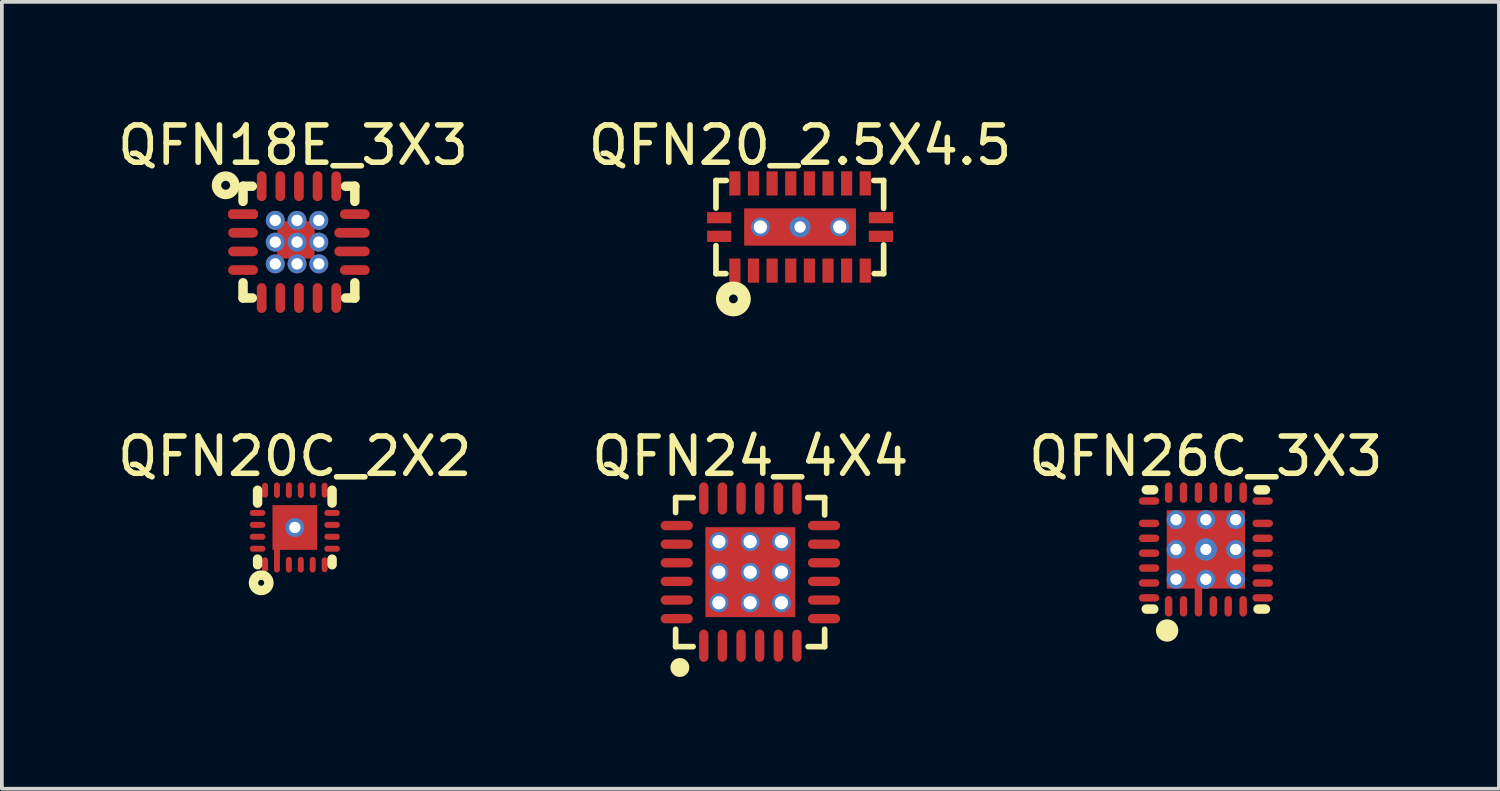
<source format=kicad_pcb>
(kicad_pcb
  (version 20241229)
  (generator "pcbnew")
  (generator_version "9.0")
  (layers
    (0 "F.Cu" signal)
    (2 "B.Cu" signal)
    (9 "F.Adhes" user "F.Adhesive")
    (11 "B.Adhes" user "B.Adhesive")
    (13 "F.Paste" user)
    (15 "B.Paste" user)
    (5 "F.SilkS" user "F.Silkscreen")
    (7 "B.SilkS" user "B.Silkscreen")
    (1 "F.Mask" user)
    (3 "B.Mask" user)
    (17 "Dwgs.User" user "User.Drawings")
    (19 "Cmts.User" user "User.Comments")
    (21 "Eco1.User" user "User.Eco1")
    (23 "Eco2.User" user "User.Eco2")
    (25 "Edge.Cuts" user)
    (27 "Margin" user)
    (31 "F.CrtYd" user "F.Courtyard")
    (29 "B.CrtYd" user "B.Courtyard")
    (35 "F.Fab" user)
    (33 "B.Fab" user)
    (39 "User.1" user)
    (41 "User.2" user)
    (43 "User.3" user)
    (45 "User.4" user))
  (footprint "QFN20_2.5X4.5"
    (layer "F.Cu")
    (at 18.423 3.043)
    (property "Reference" "QFN20_2.5X4.5" (at 0 -2.195 0) (layer "F.SilkS") (effects (font (size 1 1) (thickness 0.15))))
    (fp_line (start -2.257 -1.249) (end -1.98 -1.249) (stroke (width 0.152) (type solid)) (layer "F.SilkS"))
    (fp_line (start -2.257 -0.51) (end -2.257 -1.249) (stroke (width 0.152) (type solid)) (layer "F.SilkS"))
    (fp_line (start -2.257 1.251) (end -2.257 0.5) (stroke (width 0.152) (type solid)) (layer "F.SilkS"))
    (fp_line (start -2.257 1.251) (end -1.99 1.251) (stroke (width 0.152) (type solid)) (layer "F.SilkS"))
    (fp_line (start 1.98 -1.249) (end 2.243 -1.249) (stroke (width 0.152) (type solid)) (layer "F.SilkS"))
    (fp_line (start 1.99 1.251) (end 2.243 1.251) (stroke (width 0.152) (type solid)) (layer "F.SilkS"))
    (fp_line (start 2.243 -0.5) (end 2.243 -1.249) (stroke (width 0.152) (type solid)) (layer "F.SilkS"))
    (fp_line (start 2.243 1.251) (end 2.243 0.48) (stroke (width 0.152) (type solid)) (layer "F.SilkS"))
    (fp_circle (center -1.79 1.93) (end -1.79 1.812) (stroke (width 0.35) (type solid)) (fill no) (layer "F.SilkS"))
    (pad "0" thru_hole circle (at -1.064 0) (size 0.508 0.508) (drill 0.356) (layers "*.Cu"))
    (pad "0" thru_hole circle (at 0 0 270) (size 0.559 0.559) (drill 0.305) (layers "*.Cu" "*.Mask"))
    (pad "0" smd rect (at 0 0 270) (size 1 3) (layers "F.Cu" "F.Mask" "F.Paste"))
    (pad "0" thru_hole circle (at 1.064 0) (size 0.508 0.508) (drill 0.356) (layers "*.Cu"))
    (pad "1" smd rect (at -1.75 1.17) (size 0.3 0.65) (layers "F.Cu" "F.Mask" "F.Paste"))
    (pad "2" smd rect (at -1.25 1.17) (size 0.3 0.65) (layers "F.Cu" "F.Mask" "F.Paste"))
    (pad "3" smd rect (at -0.75 1.17) (size 0.3 0.65) (layers "F.Cu" "F.Mask" "F.Paste"))
    (pad "4" smd rect (at -0.25 1.17) (size 0.3 0.65) (layers "F.Cu" "F.Mask" "F.Paste"))
    (pad "5" smd rect (at 0.25 1.17) (size 0.3 0.65) (layers "F.Cu" "F.Mask" "F.Paste"))
    (pad "6" smd rect (at 0.75 1.17) (size 0.3 0.65) (layers "F.Cu" "F.Mask" "F.Paste"))
    (pad "7" smd rect (at 1.25 1.17) (size 0.3 0.65) (layers "F.Cu" "F.Mask" "F.Paste"))
    (pad "8" smd rect (at 1.75 1.17) (size 0.3 0.65) (layers "F.Cu" "F.Mask" "F.Paste"))
    (pad "9" smd rect (at 2.17 0.25 270) (size 0.3 0.65) (layers "F.Cu" "F.Mask" "F.Paste"))
    (pad "10" smd rect (at 2.17 -0.25 270) (size 0.3 0.65) (layers "F.Cu" "F.Mask" "F.Paste"))
    (pad "11" smd rect (at 1.75 -1.17) (size 0.3 0.65) (layers "F.Cu" "F.Mask" "F.Paste"))
    (pad "12" smd rect (at 1.25 -1.17) (size 0.3 0.65) (layers "F.Cu" "F.Mask" "F.Paste"))
    (pad "13" smd rect (at 0.75 -1.17) (size 0.3 0.65) (layers "F.Cu" "F.Mask" "F.Paste"))
    (pad "14" smd rect (at 0.25 -1.17) (size 0.3 0.65) (layers "F.Cu" "F.Mask" "F.Paste"))
    (pad "15" smd rect (at -0.25 -1.17) (size 0.3 0.65) (layers "F.Cu" "F.Mask" "F.Paste"))
    (pad "16" smd rect (at -0.75 -1.17) (size 0.3 0.65) (layers "F.Cu" "F.Mask" "F.Paste"))
    (pad "17" smd rect (at -1.25 -1.17) (size 0.3 0.65) (layers "F.Cu" "F.Mask" "F.Paste"))
    (pad "18" smd rect (at -1.75 -1.17) (size 0.3 0.65) (layers "F.Cu" "F.Mask" "F.Paste"))
    (pad "19" smd rect (at -2.17 -0.25 270) (size 0.3 0.65) (layers "F.Cu" "F.Mask" "F.Paste"))
    (pad "20" smd rect (at -2.17 0.25 270) (size 0.3 0.65) (layers "F.Cu" "F.Mask" "F.Paste")))
  (footprint "QFN20C_2X2"
    (layer "F.Cu")
    (at 4.863 11.107)
    (property "Reference" "QFN20C_2X2" (at 0 -1.91 0) (layer "F.SilkS") (effects (font (size 1 1) (thickness 0.15))))
    (fp_rect (start -0.611 0.881) (end -0.349 0.463) (stroke (width 0) (type default)) (fill yes) (layer "F.Mask"))
    (fp_line (start -1 -0.655) (end -1 -1) (stroke (width 0.254) (type solid)) (layer "F.SilkS"))
    (fp_line (start -1 1) (end -1 0.85) (stroke (width 0.254) (type solid)) (layer "F.SilkS"))
    (fp_line (start 1 -0.655) (end 1 -1) (stroke (width 0.254) (type solid)) (layer "F.SilkS"))
    (fp_line (start 1 1) (end 1 0.85) (stroke (width 0.254) (type solid)) (layer "F.SilkS"))
    (fp_circle (center -0.903 1.485) (end -0.903 1.405) (stroke (width 0.254) (type solid)) (fill no) (layer "F.SilkS"))
    (pad "0" smd rect (at -0.48 0.672) (size 0.16 0.418) (layers "F.Cu"))
    (pad "0" thru_hole circle (at 0 0) (size 0.508 0.508) (drill 0.305) (layers "*.Cu" "*.Mask"))
    (pad "0" smd rect (at 0 0) (size 1.2 1.2) (layers "F.Cu" "F.Mask" "F.Paste"))
    (pad "1" smd oval (at -0.8 1) (size 0.16 0.4) (layers "F.Cu" "F.Mask" "F.Paste"))
    (pad "2" smd oval (at -0.48 1) (size 0.16 0.42) (layers "F.Cu" "F.Mask" "F.Paste"))
    (pad "3" smd oval (at -0.16 1) (size 0.16 0.42) (layers "F.Cu" "F.Mask" "F.Paste"))
    (pad "4" smd oval (at 0.16 1) (size 0.16 0.42) (layers "F.Cu" "F.Mask" "F.Paste"))
    (pad "5" smd oval (at 0.48 1) (size 0.16 0.42) (layers "F.Cu" "F.Mask" "F.Paste"))
    (pad "6" smd oval (at 0.8 1) (size 0.16 0.4) (layers "F.Cu" "F.Mask" "F.Paste"))
    (pad "7" smd oval (at 1 0.57 90) (size 0.16 0.42) (layers "F.Cu" "F.Mask" "F.Paste"))
    (pad "8" smd oval (at 1 0.25 90) (size 0.16 0.42) (layers "F.Cu" "F.Mask" "F.Paste"))
    (pad "9" smd oval (at 1 -0.07 90) (size 0.16 0.42) (layers "F.Cu" "F.Mask" "F.Paste"))
    (pad "10" smd oval (at 1 -0.39 90) (size 0.16 0.42) (layers "F.Cu" "F.Mask" "F.Paste"))
    (pad "11" smd oval (at 0.8 -1) (size 0.16 0.4) (layers "F.Cu" "F.Mask" "F.Paste"))
    (pad "12" smd oval (at 0.48 -1) (size 0.16 0.42) (layers "F.Cu" "F.Mask" "F.Paste"))
    (pad "13" smd oval (at 0.16 -1) (size 0.16 0.42) (layers "F.Cu" "F.Mask" "F.Paste"))
    (pad "14" smd oval (at -0.16 -1) (size 0.16 0.42) (layers "F.Cu" "F.Mask" "F.Paste"))
    (pad "15" smd oval (at -0.48 -1) (size 0.16 0.42) (layers "F.Cu" "F.Mask" "F.Paste"))
    (pad "16" smd oval (at -0.8 -1) (size 0.16 0.4) (layers "F.Cu" "F.Mask" "F.Paste"))
    (pad "17" smd oval (at -1 -0.39 90) (size 0.16 0.42) (layers "F.Cu" "F.Mask" "F.Paste"))
    (pad "18" smd oval (at -1 -0.07 90) (size 0.16 0.42) (layers "F.Cu" "F.Mask" "F.Paste"))
    (pad "19" smd oval (at -1 0.25 90) (size 0.16 0.42) (layers "F.Cu" "F.Mask" "F.Paste"))
    (pad "20" smd oval (at -1 0.57 90) (size 0.16 0.42) (layers "F.Cu" "F.Mask" "F.Paste")))
  (footprint "QFN24_4X4"
    (layer "F.Cu")
    (at 17.089 12.305)
    (property "Reference" "QFN24_4X4" (at 0 -3.108 0) (layer "F.SilkS") (effects (font (size 1 1) (thickness 0.15))))
    (fp_line (start -2.006 -2) (end -1.536 -2) (stroke (width 0.152) (type solid)) (layer "F.SilkS"))
    (fp_line (start -2.006 -1.6) (end -2.006 -2) (stroke (width 0.152) (type solid)) (layer "F.SilkS"))
    (fp_line (start -2.006 2) (end -2.006 1.535) (stroke (width 0.152) (type solid)) (layer "F.SilkS"))
    (fp_line (start -2.006 2) (end -1.537 2) (stroke (width 0.152) (type solid)) (layer "F.SilkS"))
    (fp_line (start 1.541 -2) (end 1.994 -2) (stroke (width 0.152) (type solid)) (layer "F.SilkS"))
    (fp_line (start 1.551 2) (end 1.994 2) (stroke (width 0.152) (type solid)) (layer "F.SilkS"))
    (fp_line (start 1.994 -1.534) (end 1.994 -2) (stroke (width 0.152) (type solid)) (layer "F.SilkS"))
    (fp_line (start 1.994 2) (end 1.994 1.535) (stroke (width 0.152) (type solid)) (layer "F.SilkS"))
    (fp_circle (center -1.892 2.56) (end -1.892 2.433) (stroke (width 0.254) (type solid)) (fill no) (layer "F.SilkS"))
    (pad "0" thru_hole circle (at -0.844 -0.818) (size 0.508 0.508) (drill 0.356) (layers "*.Cu" "*.Mask"))
    (pad "0" thru_hole circle (at -0.844 0.003) (size 0.508 0.508) (drill 0.356) (layers "*.Cu"))
    (pad "0" thru_hole circle (at -0.844 0.823) (size 0.508 0.508) (drill 0.356) (layers "*.Cu" "*.Mask"))
    (pad "0" thru_hole circle (at -0.005 -0.818) (size 0.508 0.508) (drill 0.356) (layers "*.Cu"))
    (pad "0" thru_hole circle (at -0.005 0.003) (size 0.508 0.508) (drill 0.356) (layers "*.Cu" "*.Mask"))
    (pad "0" thru_hole circle (at -0.005 0.823) (size 0.508 0.508) (drill 0.356) (layers "*.Cu"))
    (pad "0" smd rect (at 0 0 90) (size 2.413 2.413) (layers "F.Cu" "F.Mask" "F.Paste"))
    (pad "0" thru_hole circle (at 0.833 -0.818) (size 0.508 0.508) (drill 0.356) (layers "*.Cu" "*.Mask"))
    (pad "0" thru_hole circle (at 0.833 0.003) (size 0.508 0.508) (drill 0.356) (layers "*.Cu"))
    (pad "0" thru_hole circle (at 0.833 0.823) (size 0.508 0.508) (drill 0.356) (layers "*.Cu" "*.Mask"))
    (pad "1" smd oval (at -1.25 1.976) (size 0.25 0.864) (layers "F.Cu" "F.Mask" "F.Paste"))
    (pad "2" smd oval (at -0.75 1.976) (size 0.25 0.864) (layers "F.Cu" "F.Mask" "F.Paste"))
    (pad "3" smd oval (at -0.25 1.976) (size 0.25 0.864) (layers "F.Cu" "F.Mask" "F.Paste"))
    (pad "4" smd oval (at 0.25 1.976) (size 0.25 0.864) (layers "F.Cu" "F.Mask" "F.Paste"))
    (pad "5" smd oval (at 0.75 1.976) (size 0.25 0.864) (layers "F.Cu" "F.Mask" "F.Paste"))
    (pad "6" smd oval (at 1.25 1.976) (size 0.25 0.864) (layers "F.Cu" "F.Mask" "F.Paste"))
    (pad "7" smd oval (at 1.976 1.25 90) (size 0.25 0.864) (layers "F.Cu" "F.Mask" "F.Paste"))
    (pad "8" smd oval (at 1.976 0.75 90) (size 0.25 0.864) (layers "F.Cu" "F.Mask" "F.Paste"))
    (pad "9" smd oval (at 1.976 0.25 90) (size 0.25 0.864) (layers "F.Cu" "F.Mask" "F.Paste"))
    (pad "10" smd oval (at 1.976 -0.25 90) (size 0.25 0.864) (layers "F.Cu" "F.Mask" "F.Paste"))
    (pad "11" smd oval (at 1.976 -0.75 90) (size 0.25 0.864) (layers "F.Cu" "F.Mask" "F.Paste"))
    (pad "12" smd oval (at 1.976 -1.25 90) (size 0.25 0.864) (layers "F.Cu" "F.Mask" "F.Paste"))
    (pad "13" smd oval (at 1.25 -1.976) (size 0.25 0.864) (layers "F.Cu" "F.Mask" "F.Paste"))
    (pad "14" smd oval (at 0.75 -1.976) (size 0.25 0.864) (layers "F.Cu" "F.Mask" "F.Paste"))
    (pad "15" smd oval (at 0.25 -1.976) (size 0.25 0.864) (layers "F.Cu" "F.Mask" "F.Paste"))
    (pad "16" smd oval (at -0.25 -1.976) (size 0.25 0.864) (layers "F.Cu" "F.Mask" "F.Paste"))
    (pad "17" smd oval (at -0.75 -1.976) (size 0.25 0.864) (layers "F.Cu" "F.Mask" "F.Paste"))
    (pad "18" smd oval (at -1.25 -1.976) (size 0.25 0.864) (layers "F.Cu" "F.Mask" "F.Paste"))
    (pad "19" smd oval (at -1.976 -1.25 90) (size 0.25 0.864) (layers "F.Cu" "F.Mask" "F.Paste"))
    (pad "20" smd oval (at -1.976 -0.75 90) (size 0.25 0.864) (layers "F.Cu" "F.Mask" "F.Paste"))
    (pad "21" smd oval (at -1.976 -0.25 90) (size 0.25 0.864) (layers "F.Cu" "F.Mask" "F.Paste"))
    (pad "22" smd oval (at -1.976 0.25 90) (size 0.25 0.864) (layers "F.Cu" "F.Mask" "F.Paste"))
    (pad "23" smd oval (at -1.976 0.75 90) (size 0.25 0.864) (layers "F.Cu" "F.Mask" "F.Paste"))
    (pad "24" smd oval (at -1.976 1.25 90) (size 0.25 0.864) (layers "F.Cu" "F.Mask" "F.Paste")))
  (footprint "QFN26C_3X3"
    (layer "F.Cu")
    (at 29.315 11.697)
    (property "Reference" "QFN26C_3X3" (at 0 -2.5 0) (layer "F.SilkS") (effects (font (size 1 1) (thickness 0.15))))
    (fp_line (start -1.6 -1.6) (end -1.4 -1.6) (stroke (width 0.254) (type solid)) (layer "F.SilkS"))
    (fp_line (start -1.6 1.6) (end -1.4 1.6) (stroke (width 0.254) (type solid)) (layer "F.SilkS"))
    (fp_line (start 1.4 -1.6) (end 1.6 -1.6) (stroke (width 0.254) (type solid)) (layer "F.SilkS"))
    (fp_line (start 1.4 1.6) (end 1.6 1.6) (stroke (width 0.254) (type solid)) (layer "F.SilkS"))
    (fp_circle (center -1.04 2.175) (end -1.04 2.025) (stroke (width 0.3) (type solid)) (fill no) (layer "F.SilkS"))
    (fp_line (start -1.5 -1.5) (end 1.5 -1.5) (stroke (width 0.15) (type solid)) (layer "Eco2.User"))
    (fp_line (start -1.5 1.5) (end -1.5 -1.5) (stroke (width 0.15) (type solid)) (layer "Eco2.User"))
    (fp_line (start -1.5 1.5) (end 1.5 1.5) (stroke (width 0.15) (type solid)) (layer "Eco2.User"))
    (fp_line (start 1.5 1.5) (end 1.5 -1.5) (stroke (width 0.15) (type solid)) (layer "Eco2.User"))
    (pad "0" thru_hole circle (at -0.8 -0.8) (size 0.508 0.508) (drill 0.305) (layers "*.Cu"))
    (pad "0" thru_hole circle (at -0.8 0) (size 0.508 0.508) (drill 0.305) (layers "*.Cu"))
    (pad "0" thru_hole circle (at -0.8 0.8) (size 0.508 0.508) (drill 0.305) (layers "*.Cu"))
    (pad "0" thru_hole circle (at 0 -0.8) (size 0.508 0.508) (drill 0.305) (layers "*.Cu"))
    (pad "0" thru_hole circle (at 0 0 90) (size 0.6 0.6) (drill 0.3) (layers "*.Cu" "*.Mask"))
    (pad "0" smd rect (at 0 0 90) (size 2.1 2.1) (layers "F.Cu" "F.Mask" "F.Paste"))
    (pad "0" thru_hole circle (at 0 0.8) (size 0.508 0.508) (drill 0.305) (layers "*.Cu"))
    (pad "0" thru_hole circle (at 0.8 -0.8) (size 0.508 0.508) (drill 0.305) (layers "*.Cu"))
    (pad "0" thru_hole circle (at 0.8 0) (size 0.508 0.508) (drill 0.305) (layers "*.Cu"))
    (pad "0" thru_hole circle (at 0.8 0.8) (size 0.508 0.508) (drill 0.305) (layers "*.Cu"))
    (pad "1" smd oval (at -1 1.525 180) (size 0.2 0.55) (layers "F.Cu" "F.Mask" "F.Paste"))
    (pad "2" smd oval (at -0.6 1.525 180) (size 0.2 0.55) (layers "F.Cu" "F.Mask" "F.Paste"))
    (pad "3" smd oval (at -0.2 1.3 180) (size 0.2 1) (layers "F.Cu" "F.Mask" "F.Paste"))
    (pad "4" smd oval (at 0.2 1.525 180) (size 0.2 0.55) (layers "F.Cu" "F.Mask" "F.Paste"))
    (pad "5" smd oval (at 0.6 1.525 180) (size 0.2 0.55) (layers "F.Cu" "F.Mask" "F.Paste"))
    (pad "6" smd oval (at 1 1.525 180) (size 0.2 0.55) (layers "F.Cu" "F.Mask" "F.Paste"))
    (pad "7" smd oval (at 1.525 1.3 90) (size 0.2 0.55) (layers "F.Cu" "F.Mask" "F.Paste"))
    (pad "8" smd oval (at 1.525 0.9 90) (size 0.2 0.55) (layers "F.Cu" "F.Mask" "F.Paste"))
    (pad "9" smd oval (at 1.525 0.5 90) (size 0.2 0.55) (layers "F.Cu" "F.Mask" "F.Paste"))
    (pad "10" smd oval (at 1.525 0.1 90) (size 0.2 0.55) (layers "F.Cu" "F.Mask" "F.Paste"))
    (pad "11" smd oval (at 1.525 -0.3 90) (size 0.2 0.55) (layers "F.Cu" "F.Mask" "F.Paste"))
    (pad "12" smd oval (at 1.525 -0.7 90) (size 0.2 0.55) (layers "F.Cu" "F.Mask" "F.Paste"))
    (pad "13" smd oval (at 1.525 -1.3 90) (size 0.2 0.55) (layers "F.Cu" "F.Mask" "F.Paste"))
    (pad "14" smd oval (at 1 -1.525) (size 0.2 0.55) (layers "F.Cu" "F.Mask" "F.Paste"))
    (pad "15" smd oval (at 0.6 -1.525) (size 0.2 0.55) (layers "F.Cu" "F.Mask" "F.Paste"))
    (pad "16" smd oval (at 0.2 -1.525) (size 0.2 0.55) (layers "F.Cu" "F.Mask" "F.Paste"))
    (pad "17" smd oval (at -0.2 -1.525) (size 0.2 0.55) (layers "F.Cu" "F.Mask" "F.Paste"))
    (pad "18" smd oval (at -0.6 -1.525) (size 0.2 0.55) (layers "F.Cu" "F.Mask" "F.Paste"))
    (pad "19" smd oval (at -1 -1.525) (size 0.2 0.55) (layers "F.Cu" "F.Mask" "F.Paste"))
    (pad "20" smd oval (at -1.525 -1.3 90) (size 0.2 0.55) (layers "F.Cu" "F.Mask" "F.Paste"))
    (pad "21" smd oval (at -1.525 -0.7 90) (size 0.2 0.55) (layers "F.Cu" "F.Mask" "F.Paste"))
    (pad "22" smd oval (at -1.525 -0.3 90) (size 0.2 0.55) (layers "F.Cu" "F.Mask" "F.Paste"))
    (pad "23" smd oval (at -1.525 0.1 90) (size 0.2 0.55) (layers "F.Cu" "F.Mask" "F.Paste"))
    (pad "24" smd oval (at -1.525 0.5 90) (size 0.2 0.55) (layers "F.Cu" "F.Mask" "F.Paste"))
    (pad "25" smd oval (at -1.525 0.9 90) (size 0.2 0.55) (layers "F.Cu" "F.Mask" "F.Paste"))
    (pad "26" smd oval (at -1.525 1.3 90) (size 0.2 0.55) (layers "F.Cu" "F.Mask" "F.Paste")))
  (footprint "QFN18E_3X3"
    (layer "F.Cu")
    (at 4.973 3.448)
    (property "Reference" "QFN18E_3X3" (at -0.157 -2.6 0) (layer "F.SilkS") (effects (font (size 1 1) (thickness 0.15))))
    (fp_line (start -1.5 -1.5) (end -1.251 -1.5) (stroke (width 0.254) (type solid)) (layer "F.SilkS"))
    (fp_line (start -1.5 -1.092) (end -1.5 -1.5) (stroke (width 0.254) (type solid)) (layer "F.SilkS"))
    (fp_line (start -1.5 1.5) (end -1.5 1.092) (stroke (width 0.254) (type solid)) (layer "F.SilkS"))
    (fp_line (start -1.5 1.5) (end -1.251 1.5) (stroke (width 0.254) (type solid)) (layer "F.SilkS"))
    (fp_line (start 1.251 -1.5) (end 1.5 -1.5) (stroke (width 0.254) (type solid)) (layer "F.SilkS"))
    (fp_line (start 1.251 1.5) (end 1.5 1.5) (stroke (width 0.254) (type solid)) (layer "F.SilkS"))
    (fp_line (start 1.5 -1.092) (end 1.5 -1.5) (stroke (width 0.254) (type solid)) (layer "F.SilkS"))
    (fp_line (start 1.5 1.5) (end 1.5 1.092) (stroke (width 0.254) (type solid)) (layer "F.SilkS"))
    (fp_circle (center -1.966 -1.525) (end -1.966 -1.645) (stroke (width 0.254) (type solid)) (fill no) (layer "F.SilkS"))
    (pad "0" thru_hole circle (at -0.635 -0.584) (size 0.508 0.508) (drill 0.305) (layers "*.Cu"))
    (pad "0" thru_hole circle (at -0.635 0) (size 0.508 0.508) (drill 0.305) (layers "*.Cu"))
    (pad "0" thru_hole circle (at -0.635 0.584) (size 0.508 0.508) (drill 0.305) (layers "*.Cu"))
    (pad "0" smd rect (at -0.08 -0.06 270) (size 1 1) (layers "F.Cu" "F.Mask" "F.Paste"))
    (pad "0" thru_hole circle (at -0.051 -0.584) (size 0.508 0.508) (drill 0.305) (layers "*.Cu"))
    (pad "0" thru_hole circle (at -0.051 0) (size 0.508 0.508) (drill 0.305) (layers "*.Cu" "*.Mask"))
    (pad "0" thru_hole circle (at -0.051 0.584) (size 0.508 0.508) (drill 0.305) (layers "*.Cu"))
    (pad "0" thru_hole circle (at 0.533 -0.584) (size 0.508 0.508) (drill 0.305) (layers "*.Cu"))
    (pad "0" thru_hole circle (at 0.533 0) (size 0.508 0.508) (drill 0.305) (layers "*.Cu"))
    (pad "0" thru_hole circle (at 0.533 0.584) (size 0.508 0.508) (drill 0.305) (layers "*.Cu"))
    (pad "1" smd roundrect (at -1.5 -0.75 270) (size 0.26 0.8) (layers "F.Cu" "F.Mask" "F.Paste") (roundrect_rratio 0.25) (chamfer_ratio 0.25) (chamfer top_left top_right bottom_left bottom_right))
    (pad "2" smd oval (at -1.5 -0.25 270) (size 0.26 0.8) (layers "F.Cu" "F.Mask" "F.Paste"))
    (pad "3" smd oval (at -1.5 0.25 270) (size 0.26 0.8) (layers "F.Cu" "F.Mask" "F.Paste"))
    (pad "4" smd oval (at -1.5 0.75 270) (size 0.26 0.8) (layers "F.Cu" "F.Mask" "F.Paste"))
    (pad "5" smd oval (at -1 1.5) (size 0.26 0.8) (layers "F.Cu" "F.Mask" "F.Paste"))
    (pad "6" smd oval (at -0.5 1.5) (size 0.26 0.8) (layers "F.Cu" "F.Mask" "F.Paste"))
    (pad "7" smd oval (at 0 1.5) (size 0.26 0.8) (layers "F.Cu" "F.Mask" "F.Paste"))
    (pad "8" smd oval (at 0.5 1.5) (size 0.26 0.8) (layers "F.Cu" "F.Mask" "F.Paste"))
    (pad "9" smd oval (at 1 1.5) (size 0.26 0.8) (layers "F.Cu" "F.Mask" "F.Paste"))
    (pad "10" smd oval (at 1.5 0.75 270) (size 0.26 0.8) (layers "F.Cu" "F.Mask" "F.Paste"))
    (pad "11" smd oval (at 1.425 0.25 270) (size 0.26 0.95) (layers "F.Cu" "F.Mask" "F.Paste"))
    (pad "12" smd oval (at 1.425 -0.25 270) (size 0.26 0.95) (layers "F.Cu" "F.Mask" "F.Paste"))
    (pad "13" smd oval (at 1.5 -0.75 270) (size 0.26 0.8) (layers "F.Cu" "F.Mask" "F.Paste"))
    (pad "14" smd oval (at 1 -1.5) (size 0.26 0.8) (layers "F.Cu" "F.Mask" "F.Paste"))
    (pad "15" smd oval (at 0.5 -1.5) (size 0.26 0.8) (layers "F.Cu" "F.Mask" "F.Paste"))
    (pad "16" smd oval (at 0 -1.5) (size 0.26 0.8) (layers "F.Cu" "F.Mask" "F.Paste"))
    (pad "17" smd oval (at -0.5 -1.5) (size 0.26 0.8) (layers "F.Cu" "F.Mask" "F.Paste"))
    (pad "18" smd oval (at -1 -1.5) (size 0.26 0.8) (layers "F.Cu" "F.Mask" "F.Paste")))
  (gr_rect
    (start -3 -3)
    (end 37.179 18.119)
    (stroke (width 0.1) (type default))
    (fill no)
    (layer "Edge.Cuts")))
</source>
